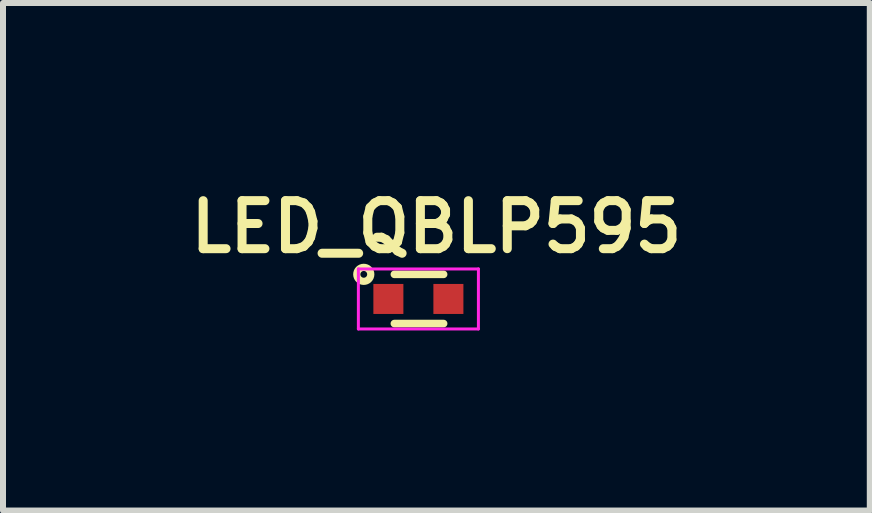
<source format=kicad_pcb>
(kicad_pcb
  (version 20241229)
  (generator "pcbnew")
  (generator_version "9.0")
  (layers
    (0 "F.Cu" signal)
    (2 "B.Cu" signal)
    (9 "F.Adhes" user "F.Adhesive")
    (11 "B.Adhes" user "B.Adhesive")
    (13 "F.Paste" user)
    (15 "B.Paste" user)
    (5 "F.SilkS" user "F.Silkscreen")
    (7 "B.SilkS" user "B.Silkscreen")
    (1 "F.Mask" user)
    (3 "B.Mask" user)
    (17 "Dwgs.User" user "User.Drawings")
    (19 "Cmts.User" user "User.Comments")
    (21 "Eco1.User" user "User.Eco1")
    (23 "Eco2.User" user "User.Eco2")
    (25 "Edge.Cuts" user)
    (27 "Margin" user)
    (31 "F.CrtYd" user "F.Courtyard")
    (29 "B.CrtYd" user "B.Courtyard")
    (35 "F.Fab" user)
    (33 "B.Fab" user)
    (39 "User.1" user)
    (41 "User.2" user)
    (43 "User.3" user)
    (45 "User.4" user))
  (footprint "LED_QBLP595"
    (layer "F.Cu")
    (at 3.921 1.931)
    (property "Reference" "LED_QBLP595" (at 0.3 -1.2 0) (layer "F.SilkS") (effects (font (size 0.8 0.8) (thickness 0.15))))
    (attr smd)
    (fp_line (start -0.4 -0.41) (end 0.42 -0.41) (stroke (width 0.127) (type solid)) (layer "F.SilkS"))
    (fp_line (start -0.4 0.41) (end 0.42 0.41) (stroke (width 0.127) (type solid)) (layer "F.SilkS"))
    (fp_circle (center -0.91 -0.41) (end -0.87 -0.37) (stroke (width 0.12) (type solid)) (fill no) (layer "F.SilkS"))
    (fp_line (start -1 -0.5) (end 1 -0.5) (stroke (width 0.05) (type solid)) (layer "F.CrtYd"))
    (fp_line (start -1 0.5) (end -1 -0.5) (stroke (width 0.05) (type solid)) (layer "F.CrtYd"))
    (fp_line (start -1 0.5) (end 1 0.5) (stroke (width 0.05) (type solid)) (layer "F.CrtYd"))
    (fp_line (start 1 0.5) (end 1 -0.5) (stroke (width 0.05) (type solid)) (layer "F.CrtYd"))
    (pad "1" smd rect (at -0.5 0) (size 0.5 0.5) (layers "F.Cu" "F.Mask" "F.Paste"))
    (pad "2" smd rect (at 0.5 0) (size 0.5 0.5) (layers "F.Cu" "F.Mask" "F.Paste")))
  (gr_rect
    (start -3 -3)
    (end 11.442 5.456)
    (stroke (width 0.1) (type default))
    (fill no)
    (layer "Edge.Cuts")))
</source>
